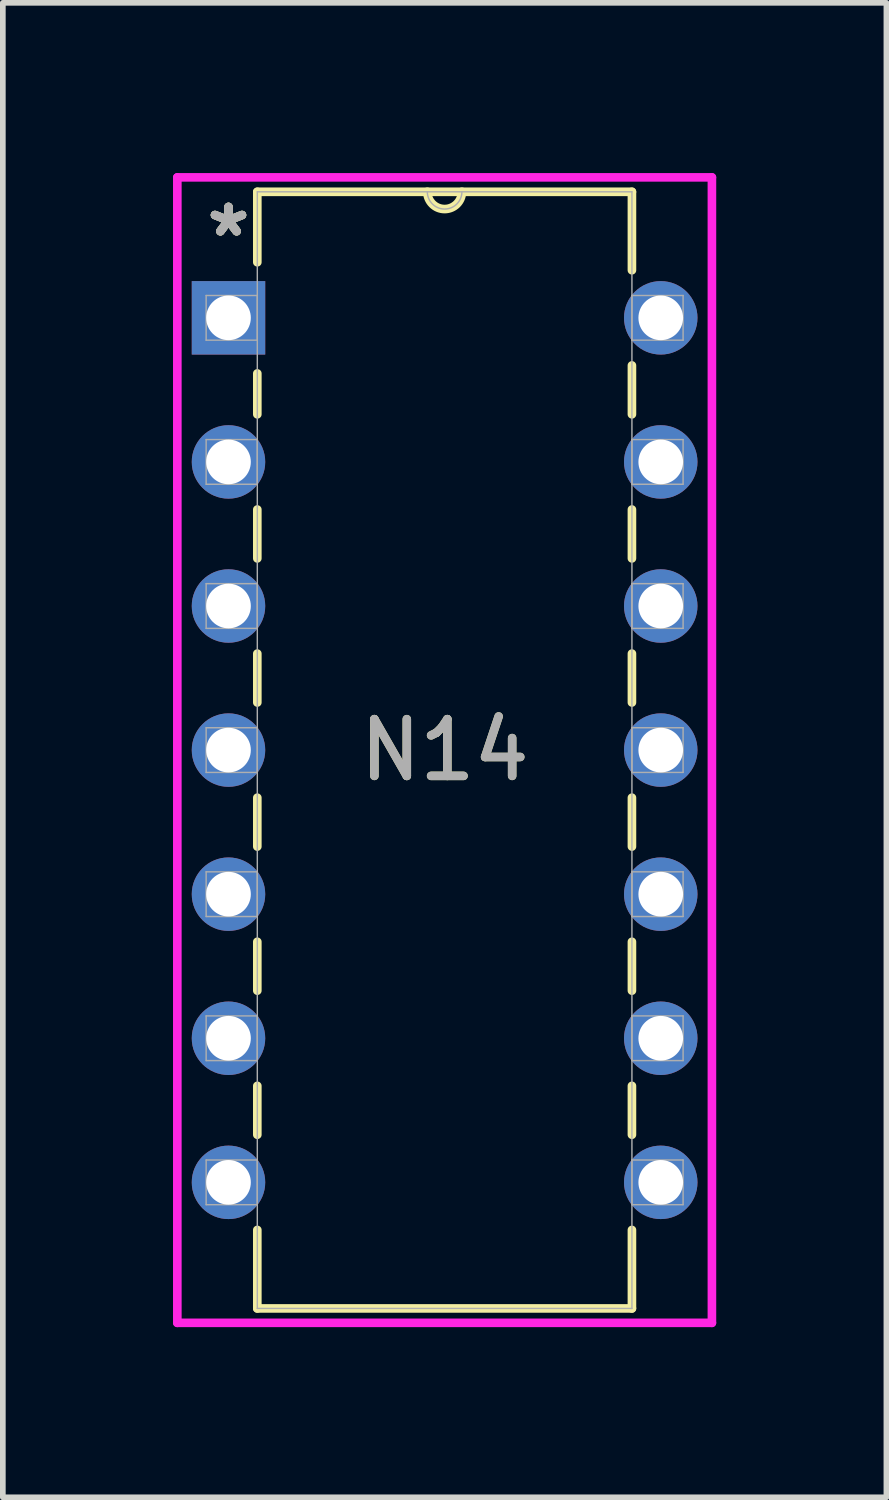
<source format=kicad_pcb>
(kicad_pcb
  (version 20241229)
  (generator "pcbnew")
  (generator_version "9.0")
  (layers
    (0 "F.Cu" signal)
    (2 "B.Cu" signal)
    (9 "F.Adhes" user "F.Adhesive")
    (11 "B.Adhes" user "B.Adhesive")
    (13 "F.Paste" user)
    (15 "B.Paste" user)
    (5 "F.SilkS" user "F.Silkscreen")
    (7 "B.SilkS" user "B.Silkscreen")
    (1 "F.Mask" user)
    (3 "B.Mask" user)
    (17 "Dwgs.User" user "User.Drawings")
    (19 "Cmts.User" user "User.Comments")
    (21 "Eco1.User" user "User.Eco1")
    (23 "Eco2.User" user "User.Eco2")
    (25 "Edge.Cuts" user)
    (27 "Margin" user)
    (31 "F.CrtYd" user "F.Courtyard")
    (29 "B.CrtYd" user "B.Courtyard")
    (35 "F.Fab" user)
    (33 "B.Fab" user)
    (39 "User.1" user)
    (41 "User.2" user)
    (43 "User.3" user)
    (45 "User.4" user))
  (footprint "N14"
    (layer "F.Cu")
    (at 8.598 17.793)
    (property "Reference" "N14" (at -3.81 -7.62 0) (unlocked yes) (layer "F.SilkS") (effects (font (size 1 1) (thickness 0.15))))
    (attr through_hole)
    (fp_line (start -7.112 -17.462) (end -7.112 -16.22) (stroke (width 0.152) (type solid)) (layer "F.SilkS"))
    (fp_line (start -7.112 -14.26) (end -7.112 -13.539) (stroke (width 0.152) (type solid)) (layer "F.SilkS"))
    (fp_line (start -7.112 -11.861) (end -7.112 -10.999) (stroke (width 0.152) (type solid)) (layer "F.SilkS"))
    (fp_line (start -7.112 -9.321) (end -7.112 -8.459) (stroke (width 0.152) (type solid)) (layer "F.SilkS"))
    (fp_line (start -7.112 -6.781) (end -7.112 -5.919) (stroke (width 0.152) (type solid)) (layer "F.SilkS"))
    (fp_line (start -7.112 -4.241) (end -7.112 -3.379) (stroke (width 0.152) (type solid)) (layer "F.SilkS"))
    (fp_line (start -7.112 -1.701) (end -7.112 -0.839) (stroke (width 0.152) (type solid)) (layer "F.SilkS"))
    (fp_line (start -7.112 0.839) (end -7.112 2.223) (stroke (width 0.152) (type solid)) (layer "F.SilkS"))
    (fp_line (start -7.112 2.223) (end -0.508 2.223) (stroke (width 0.152) (type solid)) (layer "F.SilkS"))
    (fp_line (start -0.508 -17.462) (end -7.112 -17.462) (stroke (width 0.152) (type solid)) (layer "F.SilkS"))
    (fp_line (start -0.508 -16.079) (end -0.508 -17.462) (stroke (width 0.152) (type solid)) (layer "F.SilkS"))
    (fp_line (start -0.508 -13.539) (end -0.508 -14.401) (stroke (width 0.152) (type solid)) (layer "F.SilkS"))
    (fp_line (start -0.508 -10.999) (end -0.508 -11.861) (stroke (width 0.152) (type solid)) (layer "F.SilkS"))
    (fp_line (start -0.508 -8.459) (end -0.508 -9.321) (stroke (width 0.152) (type solid)) (layer "F.SilkS"))
    (fp_line (start -0.508 -5.919) (end -0.508 -6.781) (stroke (width 0.152) (type solid)) (layer "F.SilkS"))
    (fp_line (start -0.508 -3.379) (end -0.508 -4.241) (stroke (width 0.152) (type solid)) (layer "F.SilkS"))
    (fp_line (start -0.508 -0.839) (end -0.508 -1.701) (stroke (width 0.152) (type solid)) (layer "F.SilkS"))
    (fp_line (start -0.508 2.223) (end -0.508 0.839) (stroke (width 0.152) (type solid)) (layer "F.SilkS"))
    (fp_arc (start -3.5052 -17.4625) (mid -3.81 -17.1577) (end -4.1148 -17.4625) (stroke (width 0.1524) (type solid)) (layer "F.SilkS"))
    (fp_line (start -8.522 -17.716) (end -8.522 2.477) (stroke (width 0.152) (type solid)) (layer "F.CrtYd"))
    (fp_line (start -8.522 2.477) (end 0.902 2.477) (stroke (width 0.152) (type solid)) (layer "F.CrtYd"))
    (fp_line (start 0.902 -17.716) (end -8.522 -17.716) (stroke (width 0.152) (type solid)) (layer "F.CrtYd"))
    (fp_line (start 0.902 2.477) (end 0.902 -17.716) (stroke (width 0.152) (type solid)) (layer "F.CrtYd"))
    (fp_line (start -8.014 -15.634) (end -8.014 -14.846) (stroke (width 0.025) (type solid)) (layer "F.Fab"))
    (fp_line (start -8.014 -14.846) (end -7.112 -14.846) (stroke (width 0.025) (type solid)) (layer "F.Fab"))
    (fp_line (start -8.014 -13.094) (end -8.014 -12.306) (stroke (width 0.025) (type solid)) (layer "F.Fab"))
    (fp_line (start -8.014 -12.306) (end -7.112 -12.306) (stroke (width 0.025) (type solid)) (layer "F.Fab"))
    (fp_line (start -8.014 -10.554) (end -8.014 -9.766) (stroke (width 0.025) (type solid)) (layer "F.Fab"))
    (fp_line (start -8.014 -9.766) (end -7.112 -9.766) (stroke (width 0.025) (type solid)) (layer "F.Fab"))
    (fp_line (start -8.014 -8.014) (end -8.014 -7.226) (stroke (width 0.025) (type solid)) (layer "F.Fab"))
    (fp_line (start -8.014 -7.226) (end -7.112 -7.226) (stroke (width 0.025) (type solid)) (layer "F.Fab"))
    (fp_line (start -8.014 -5.474) (end -8.014 -4.686) (stroke (width 0.025) (type solid)) (layer "F.Fab"))
    (fp_line (start -8.014 -4.686) (end -7.112 -4.686) (stroke (width 0.025) (type solid)) (layer "F.Fab"))
    (fp_line (start -8.014 -2.934) (end -8.014 -2.146) (stroke (width 0.025) (type solid)) (layer "F.Fab"))
    (fp_line (start -8.014 -2.146) (end -7.112 -2.146) (stroke (width 0.025) (type solid)) (layer "F.Fab"))
    (fp_line (start -8.014 -0.394) (end -8.014 0.394) (stroke (width 0.025) (type solid)) (layer "F.Fab"))
    (fp_line (start -8.014 0.394) (end -7.112 0.394) (stroke (width 0.025) (type solid)) (layer "F.Fab"))
    (fp_line (start -7.112 -17.462) (end -7.112 2.223) (stroke (width 0.025) (type solid)) (layer "F.Fab"))
    (fp_line (start -7.112 -15.634) (end -8.014 -15.634) (stroke (width 0.025) (type solid)) (layer "F.Fab"))
    (fp_line (start -7.112 -14.846) (end -7.112 -15.634) (stroke (width 0.025) (type solid)) (layer "F.Fab"))
    (fp_line (start -7.112 -13.094) (end -8.014 -13.094) (stroke (width 0.025) (type solid)) (layer "F.Fab"))
    (fp_line (start -7.112 -12.306) (end -7.112 -13.094) (stroke (width 0.025) (type solid)) (layer "F.Fab"))
    (fp_line (start -7.112 -10.554) (end -8.014 -10.554) (stroke (width 0.025) (type solid)) (layer "F.Fab"))
    (fp_line (start -7.112 -9.766) (end -7.112 -10.554) (stroke (width 0.025) (type solid)) (layer "F.Fab"))
    (fp_line (start -7.112 -8.014) (end -8.014 -8.014) (stroke (width 0.025) (type solid)) (layer "F.Fab"))
    (fp_line (start -7.112 -7.226) (end -7.112 -8.014) (stroke (width 0.025) (type solid)) (layer "F.Fab"))
    (fp_line (start -7.112 -5.474) (end -8.014 -5.474) (stroke (width 0.025) (type solid)) (layer "F.Fab"))
    (fp_line (start -7.112 -4.686) (end -7.112 -5.474) (stroke (width 0.025) (type solid)) (layer "F.Fab"))
    (fp_line (start -7.112 -2.934) (end -8.014 -2.934) (stroke (width 0.025) (type solid)) (layer "F.Fab"))
    (fp_line (start -7.112 -2.146) (end -7.112 -2.934) (stroke (width 0.025) (type solid)) (layer "F.Fab"))
    (fp_line (start -7.112 -0.394) (end -8.014 -0.394) (stroke (width 0.025) (type solid)) (layer "F.Fab"))
    (fp_line (start -7.112 0.394) (end -7.112 -0.394) (stroke (width 0.025) (type solid)) (layer "F.Fab"))
    (fp_line (start -7.112 2.223) (end -0.508 2.223) (stroke (width 0.025) (type solid)) (layer "F.Fab"))
    (fp_line (start -0.508 -17.462) (end -7.112 -17.462) (stroke (width 0.025) (type solid)) (layer "F.Fab"))
    (fp_line (start -0.508 -15.634) (end -0.508 -14.846) (stroke (width 0.025) (type solid)) (layer "F.Fab"))
    (fp_line (start -0.508 -14.846) (end 0.394 -14.846) (stroke (width 0.025) (type solid)) (layer "F.Fab"))
    (fp_line (start -0.508 -13.094) (end -0.508 -12.306) (stroke (width 0.025) (type solid)) (layer "F.Fab"))
    (fp_line (start -0.508 -12.306) (end 0.394 -12.306) (stroke (width 0.025) (type solid)) (layer "F.Fab"))
    (fp_line (start -0.508 -10.554) (end -0.508 -9.766) (stroke (width 0.025) (type solid)) (layer "F.Fab"))
    (fp_line (start -0.508 -9.766) (end 0.394 -9.766) (stroke (width 0.025) (type solid)) (layer "F.Fab"))
    (fp_line (start -0.508 -8.014) (end -0.508 -7.226) (stroke (width 0.025) (type solid)) (layer "F.Fab"))
    (fp_line (start -0.508 -7.226) (end 0.394 -7.226) (stroke (width 0.025) (type solid)) (layer "F.Fab"))
    (fp_line (start -0.508 -5.474) (end -0.508 -4.686) (stroke (width 0.025) (type solid)) (layer "F.Fab"))
    (fp_line (start -0.508 -4.686) (end 0.394 -4.686) (stroke (width 0.025) (type solid)) (layer "F.Fab"))
    (fp_line (start -0.508 -2.934) (end -0.508 -2.146) (stroke (width 0.025) (type solid)) (layer "F.Fab"))
    (fp_line (start -0.508 -2.146) (end 0.394 -2.146) (stroke (width 0.025) (type solid)) (layer "F.Fab"))
    (fp_line (start -0.508 -0.394) (end -0.508 0.394) (stroke (width 0.025) (type solid)) (layer "F.Fab"))
    (fp_line (start -0.508 0.394) (end 0.394 0.394) (stroke (width 0.025) (type solid)) (layer "F.Fab"))
    (fp_line (start -0.508 2.223) (end -0.508 -17.462) (stroke (width 0.025) (type solid)) (layer "F.Fab"))
    (fp_line (start 0.394 -15.634) (end -0.508 -15.634) (stroke (width 0.025) (type solid)) (layer "F.Fab"))
    (fp_line (start 0.394 -14.846) (end 0.394 -15.634) (stroke (width 0.025) (type solid)) (layer "F.Fab"))
    (fp_line (start 0.394 -13.094) (end -0.508 -13.094) (stroke (width 0.025) (type solid)) (layer "F.Fab"))
    (fp_line (start 0.394 -12.306) (end 0.394 -13.094) (stroke (width 0.025) (type solid)) (layer "F.Fab"))
    (fp_line (start 0.394 -10.554) (end -0.508 -10.554) (stroke (width 0.025) (type solid)) (layer "F.Fab"))
    (fp_line (start 0.394 -9.766) (end 0.394 -10.554) (stroke (width 0.025) (type solid)) (layer "F.Fab"))
    (fp_line (start 0.394 -8.014) (end -0.508 -8.014) (stroke (width 0.025) (type solid)) (layer "F.Fab"))
    (fp_line (start 0.394 -7.226) (end 0.394 -8.014) (stroke (width 0.025) (type solid)) (layer "F.Fab"))
    (fp_line (start 0.394 -5.474) (end -0.508 -5.474) (stroke (width 0.025) (type solid)) (layer "F.Fab"))
    (fp_line (start 0.394 -4.686) (end 0.394 -5.474) (stroke (width 0.025) (type solid)) (layer "F.Fab"))
    (fp_line (start 0.394 -2.934) (end -0.508 -2.934) (stroke (width 0.025) (type solid)) (layer "F.Fab"))
    (fp_line (start 0.394 -2.146) (end 0.394 -2.934) (stroke (width 0.025) (type solid)) (layer "F.Fab"))
    (fp_line (start 0.394 -0.394) (end -0.508 -0.394) (stroke (width 0.025) (type solid)) (layer "F.Fab"))
    (fp_line (start 0.394 0.394) (end 0.394 -0.394) (stroke (width 0.025) (type solid)) (layer "F.Fab"))
    (fp_arc (start -3.5052 -17.4625) (mid -3.81 -17.1577) (end -4.1148 -17.4625) (stroke (width 0.0254) (type solid)) (layer "F.Fab"))
    (fp_text user "*" (at -7.62 -16.65 0) (layer "F.SilkS") (effects (font (size 1 1) (thickness 0.15))))
    (fp_text user "*" (at -7.62 -16.65 0) (unlocked yes) (layer "F.SilkS") (effects (font (size 1 1) (thickness 0.15))))
    (fp_text user "*" (at -7.62 -16.65 0) (unlocked yes) (layer "F.Fab") (effects (font (size 1 1) (thickness 0.15))))
    (fp_text user "${REFERENCE}" (at -3.81 -7.62 0) (unlocked yes) (layer "F.Fab") (effects (font (size 1 1) (thickness 0.15))))
    (fp_text user "*" (at -7.62 -16.65 0) (layer "F.Fab") (effects (font (size 1 1) (thickness 0.15))))
    (pad "1" thru_hole rect (at -7.62 -15.24) (size 1.295 1.295) (drill 0.787) (layers "*.Cu" "*.Mask"))
    (pad "2" thru_hole circle (at -7.62 -12.7) (size 1.295 1.295) (drill 0.787) (layers "*.Cu" "*.Mask"))
    (pad "3" thru_hole circle (at -7.62 -10.16) (size 1.295 1.295) (drill 0.787) (layers "*.Cu" "*.Mask"))
    (pad "4" thru_hole circle (at -7.62 -7.62) (size 1.295 1.295) (drill 0.787) (layers "*.Cu" "*.Mask"))
    (pad "5" thru_hole circle (at -7.62 -5.08) (size 1.295 1.295) (drill 0.787) (layers "*.Cu" "*.Mask"))
    (pad "6" thru_hole circle (at -7.62 -2.54) (size 1.295 1.295) (drill 0.787) (layers "*.Cu" "*.Mask"))
    (pad "7" thru_hole circle (at -7.62 0) (size 1.295 1.295) (drill 0.787) (layers "*.Cu" "*.Mask"))
    (pad "8" thru_hole circle (at 0 0) (size 1.295 1.295) (drill 0.787) (layers "*.Cu" "*.Mask"))
    (pad "9" thru_hole circle (at 0 -2.54) (size 1.295 1.295) (drill 0.787) (layers "*.Cu" "*.Mask"))
    (pad "10" thru_hole circle (at 0 -5.08) (size 1.295 1.295) (drill 0.787) (layers "*.Cu" "*.Mask"))
    (pad "11" thru_hole circle (at 0 -7.62) (size 1.295 1.295) (drill 0.787) (layers "*.Cu" "*.Mask"))
    (pad "12" thru_hole circle (at 0 -10.16) (size 1.295 1.295) (drill 0.787) (layers "*.Cu" "*.Mask"))
    (pad "13" thru_hole circle (at 0 -12.7) (size 1.295 1.295) (drill 0.787) (layers "*.Cu" "*.Mask"))
    (pad "14" thru_hole circle (at 0 -15.24) (size 1.295 1.295) (drill 0.787) (layers "*.Cu" "*.Mask")))
  (gr_rect
    (start -3 -3)
    (end 12.576 23.345)
    (stroke (width 0.1) (type default))
    (fill no)
    (layer "Edge.Cuts")))
</source>
